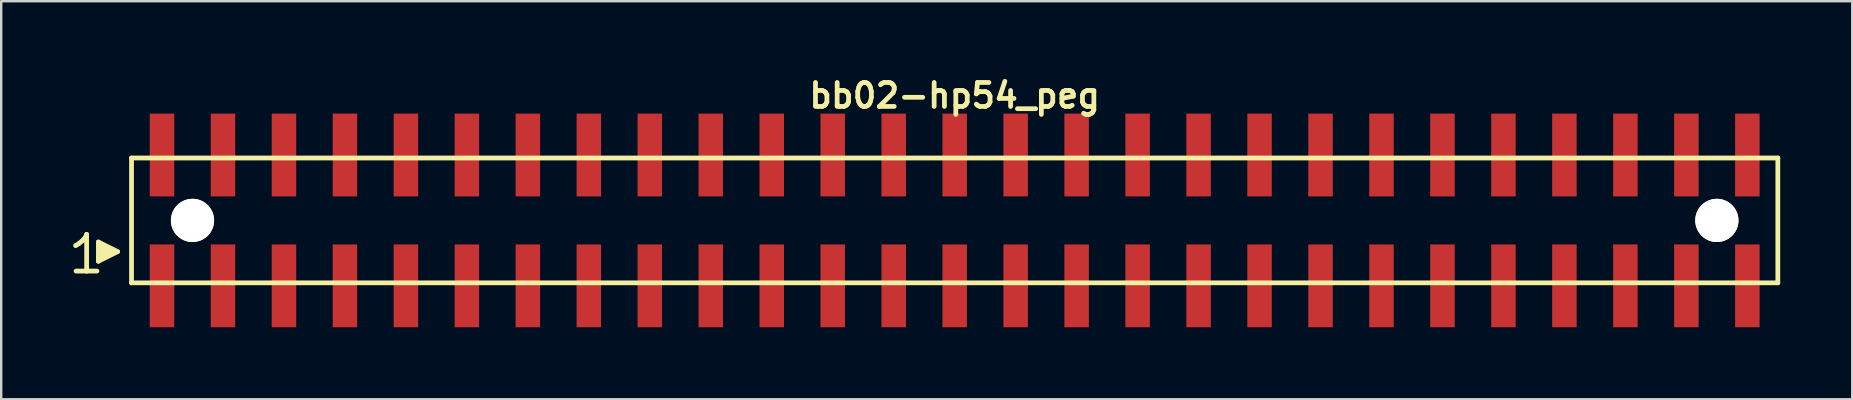
<source format=kicad_pcb>
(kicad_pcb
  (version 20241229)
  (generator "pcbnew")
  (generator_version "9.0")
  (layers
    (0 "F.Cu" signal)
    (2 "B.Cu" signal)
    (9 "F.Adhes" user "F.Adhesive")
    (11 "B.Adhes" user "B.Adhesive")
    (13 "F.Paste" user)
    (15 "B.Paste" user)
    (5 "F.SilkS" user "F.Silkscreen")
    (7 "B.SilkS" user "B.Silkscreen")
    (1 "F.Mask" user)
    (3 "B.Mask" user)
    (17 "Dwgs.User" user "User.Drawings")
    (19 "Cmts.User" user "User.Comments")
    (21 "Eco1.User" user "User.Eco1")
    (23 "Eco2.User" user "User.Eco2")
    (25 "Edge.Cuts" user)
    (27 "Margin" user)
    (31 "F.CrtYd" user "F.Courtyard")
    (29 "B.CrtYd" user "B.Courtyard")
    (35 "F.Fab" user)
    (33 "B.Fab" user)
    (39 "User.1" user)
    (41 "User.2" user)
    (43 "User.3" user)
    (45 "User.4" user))
  (footprint "bb02-hp54_peg"
    (layer "F.Cu")
    (at 36.719 6.132)
    (property "Reference" "bb02-hp54_peg" (at 0 -5.2 0) (layer "F.SilkS") (effects (font (size 0.998 0.998) (thickness 0.198))))
    (attr smd)
    (fp_line (start -36.62 1.05) (end -36.49 0.97) (stroke (width 0.198) (type solid)) (layer "F.SilkS"))
    (fp_line (start -36.49 0.97) (end -36.33 0.84) (stroke (width 0.198) (type solid)) (layer "F.SilkS"))
    (fp_line (start -36.33 0.84) (end -36.19 0.67) (stroke (width 0.198) (type solid)) (layer "F.SilkS"))
    (fp_line (start -36.19 0.67) (end -36.16 0.58) (stroke (width 0.198) (type solid)) (layer "F.SilkS"))
    (fp_line (start -36.16 0.58) (end -36.16 2.11) (stroke (width 0.198) (type solid)) (layer "F.SilkS"))
    (fp_line (start -36.16 2.11) (end -36.6 2.11) (stroke (width 0.198) (type solid)) (layer "F.SilkS"))
    (fp_line (start -35.73 2.11) (end -36.17 2.11) (stroke (width 0.198) (type solid)) (layer "F.SilkS"))
    (fp_line (start -35.67 0.9) (end -34.87 1.3) (stroke (width 0.198) (type solid)) (layer "F.SilkS"))
    (fp_line (start -35.67 1.7) (end -35.67 0.9) (stroke (width 0.198) (type solid)) (layer "F.SilkS"))
    (fp_line (start -35.57 1.6) (end -35.57 1) (stroke (width 0.198) (type solid)) (layer "F.SilkS"))
    (fp_line (start -35.47 1.1) (end -35.47 1.5) (stroke (width 0.198) (type solid)) (layer "F.SilkS"))
    (fp_line (start -35.37 1.5) (end -35.37 1.1) (stroke (width 0.198) (type solid)) (layer "F.SilkS"))
    (fp_line (start -35.27 1.2) (end -35.27 1.4) (stroke (width 0.198) (type solid)) (layer "F.SilkS"))
    (fp_line (start -35.17 1.4) (end -35.17 1.2) (stroke (width 0.198) (type solid)) (layer "F.SilkS"))
    (fp_line (start -34.87 1.3) (end -35.67 1.7) (stroke (width 0.198) (type solid)) (layer "F.SilkS"))
    (fp_line (start -34.29 -2.6) (end -34.29 2.6) (stroke (width 0.198) (type solid)) (layer "F.SilkS"))
    (fp_line (start -34.29 -2.6) (end 34.29 -2.6) (stroke (width 0.198) (type solid)) (layer "F.SilkS"))
    (fp_line (start 34.29 2.6) (end -34.29 2.6) (stroke (width 0.198) (type solid)) (layer "F.SilkS"))
    (fp_line (start 34.29 2.6) (end 34.29 -2.6) (stroke (width 0.198) (type solid)) (layer "F.SilkS"))
    (pad "" np_thru_hole circle (at -31.75 0) (size 1.8 1.8) (drill 1.8) (layers "*.Cu" "*.Mask" "F.SilkS"))
    (pad "" np_thru_hole circle (at 31.75 0) (size 1.8 1.8) (drill 1.8) (layers "*.Cu" "*.Mask" "F.SilkS"))
    (pad "1" smd rect (at -33.02 2.725) (size 1.02 3.45) (layers "F.Cu" "F.Mask" "F.Paste"))
    (pad "2" smd rect (at -33.02 -2.725) (size 1.02 3.45) (layers "F.Cu" "F.Mask" "F.Paste"))
    (pad "3" smd rect (at -30.48 2.725) (size 1.02 3.45) (layers "F.Cu" "F.Mask" "F.Paste"))
    (pad "4" smd rect (at -30.48 -2.725) (size 1.02 3.45) (layers "F.Cu" "F.Mask" "F.Paste"))
    (pad "5" smd rect (at -27.94 2.725) (size 1.02 3.45) (layers "F.Cu" "F.Mask" "F.Paste"))
    (pad "6" smd rect (at -27.94 -2.725) (size 1.02 3.45) (layers "F.Cu" "F.Mask" "F.Paste"))
    (pad "7" smd rect (at -25.4 2.725) (size 1.02 3.45) (layers "F.Cu" "F.Mask" "F.Paste"))
    (pad "8" smd rect (at -25.4 -2.725) (size 1.02 3.45) (layers "F.Cu" "F.Mask" "F.Paste"))
    (pad "9" smd rect (at -22.86 2.725) (size 1.02 3.45) (layers "F.Cu" "F.Mask" "F.Paste"))
    (pad "10" smd rect (at -22.86 -2.725) (size 1.02 3.45) (layers "F.Cu" "F.Mask" "F.Paste"))
    (pad "11" smd rect (at -20.32 2.725) (size 1.02 3.45) (layers "F.Cu" "F.Mask" "F.Paste"))
    (pad "12" smd rect (at -20.32 -2.725) (size 1.02 3.45) (layers "F.Cu" "F.Mask" "F.Paste"))
    (pad "13" smd rect (at -17.78 2.725) (size 1.02 3.45) (layers "F.Cu" "F.Mask" "F.Paste"))
    (pad "14" smd rect (at -17.78 -2.725) (size 1.02 3.45) (layers "F.Cu" "F.Mask" "F.Paste"))
    (pad "15" smd rect (at -15.24 2.725) (size 1.02 3.45) (layers "F.Cu" "F.Mask" "F.Paste"))
    (pad "16" smd rect (at -15.24 -2.725) (size 1.02 3.45) (layers "F.Cu" "F.Mask" "F.Paste"))
    (pad "17" smd rect (at -12.7 2.725) (size 1.02 3.45) (layers "F.Cu" "F.Mask" "F.Paste"))
    (pad "18" smd rect (at -12.7 -2.725) (size 1.02 3.45) (layers "F.Cu" "F.Mask" "F.Paste"))
    (pad "19" smd rect (at -10.16 2.725) (size 1.02 3.45) (layers "F.Cu" "F.Mask" "F.Paste"))
    (pad "20" smd rect (at -10.16 -2.725) (size 1.02 3.45) (layers "F.Cu" "F.Mask" "F.Paste"))
    (pad "21" smd rect (at -7.62 2.725) (size 1.02 3.45) (layers "F.Cu" "F.Mask" "F.Paste"))
    (pad "22" smd rect (at -7.62 -2.725) (size 1.02 3.45) (layers "F.Cu" "F.Mask" "F.Paste"))
    (pad "23" smd rect (at -5.08 2.725) (size 1.02 3.45) (layers "F.Cu" "F.Mask" "F.Paste"))
    (pad "24" smd rect (at -5.08 -2.725) (size 1.02 3.45) (layers "F.Cu" "F.Mask" "F.Paste"))
    (pad "25" smd rect (at -2.54 2.725) (size 1.02 3.45) (layers "F.Cu" "F.Mask" "F.Paste"))
    (pad "26" smd rect (at -2.54 -2.725) (size 1.02 3.45) (layers "F.Cu" "F.Mask" "F.Paste"))
    (pad "27" smd rect (at 0 2.725) (size 1.02 3.45) (layers "F.Cu" "F.Mask" "F.Paste"))
    (pad "28" smd rect (at 0 -2.725) (size 1.02 3.45) (layers "F.Cu" "F.Mask" "F.Paste"))
    (pad "29" smd rect (at 2.54 2.725) (size 1.02 3.45) (layers "F.Cu" "F.Mask" "F.Paste"))
    (pad "30" smd rect (at 2.54 -2.725) (size 1.02 3.45) (layers "F.Cu" "F.Mask" "F.Paste"))
    (pad "31" smd rect (at 5.08 2.725) (size 1.02 3.45) (layers "F.Cu" "F.Mask" "F.Paste"))
    (pad "32" smd rect (at 5.08 -2.725) (size 1.02 3.45) (layers "F.Cu" "F.Mask" "F.Paste"))
    (pad "33" smd rect (at 7.62 2.725) (size 1.02 3.45) (layers "F.Cu" "F.Mask" "F.Paste"))
    (pad "34" smd rect (at 7.62 -2.725) (size 1.02 3.45) (layers "F.Cu" "F.Mask" "F.Paste"))
    (pad "35" smd rect (at 10.16 2.725) (size 1.02 3.45) (layers "F.Cu" "F.Mask" "F.Paste"))
    (pad "36" smd rect (at 10.16 -2.725) (size 1.02 3.45) (layers "F.Cu" "F.Mask" "F.Paste"))
    (pad "37" smd rect (at 12.7 2.725) (size 1.02 3.45) (layers "F.Cu" "F.Mask" "F.Paste"))
    (pad "38" smd rect (at 12.7 -2.725) (size 1.02 3.45) (layers "F.Cu" "F.Mask" "F.Paste"))
    (pad "39" smd rect (at 15.24 2.725) (size 1.02 3.45) (layers "F.Cu" "F.Mask" "F.Paste"))
    (pad "40" smd rect (at 15.24 -2.725) (size 1.02 3.45) (layers "F.Cu" "F.Mask" "F.Paste"))
    (pad "41" smd rect (at 17.78 2.725) (size 1.02 3.45) (layers "F.Cu" "F.Mask" "F.Paste"))
    (pad "42" smd rect (at 17.78 -2.725) (size 1.02 3.45) (layers "F.Cu" "F.Mask" "F.Paste"))
    (pad "43" smd rect (at 20.32 2.725) (size 1.02 3.45) (layers "F.Cu" "F.Mask" "F.Paste"))
    (pad "44" smd rect (at 20.32 -2.725) (size 1.02 3.45) (layers "F.Cu" "F.Mask" "F.Paste"))
    (pad "45" smd rect (at 22.86 2.725) (size 1.02 3.45) (layers "F.Cu" "F.Mask" "F.Paste"))
    (pad "46" smd rect (at 22.86 -2.725) (size 1.02 3.45) (layers "F.Cu" "F.Mask" "F.Paste"))
    (pad "47" smd rect (at 25.4 2.725) (size 1.02 3.45) (layers "F.Cu" "F.Mask" "F.Paste"))
    (pad "48" smd rect (at 25.4 -2.725) (size 1.02 3.45) (layers "F.Cu" "F.Mask" "F.Paste"))
    (pad "49" smd rect (at 27.94 2.725) (size 1.02 3.45) (layers "F.Cu" "F.Mask" "F.Paste"))
    (pad "50" smd rect (at 27.94 -2.725) (size 1.02 3.45) (layers "F.Cu" "F.Mask" "F.Paste"))
    (pad "51" smd rect (at 30.48 2.725) (size 1.02 3.45) (layers "F.Cu" "F.Mask" "F.Paste"))
    (pad "52" smd rect (at 30.48 -2.725) (size 1.02 3.45) (layers "F.Cu" "F.Mask" "F.Paste"))
    (pad "53" smd rect (at 33.02 2.725) (size 1.02 3.45) (layers "F.Cu" "F.Mask" "F.Paste"))
    (pad "54" smd rect (at 33.02 -2.725) (size 1.02 3.45) (layers "F.Cu" "F.Mask" "F.Paste")))
  (gr_rect
    (start -3 -3)
    (end 74.108 13.582)
    (stroke (width 0.1) (type default))
    (fill no)
    (layer "Edge.Cuts")))
</source>
